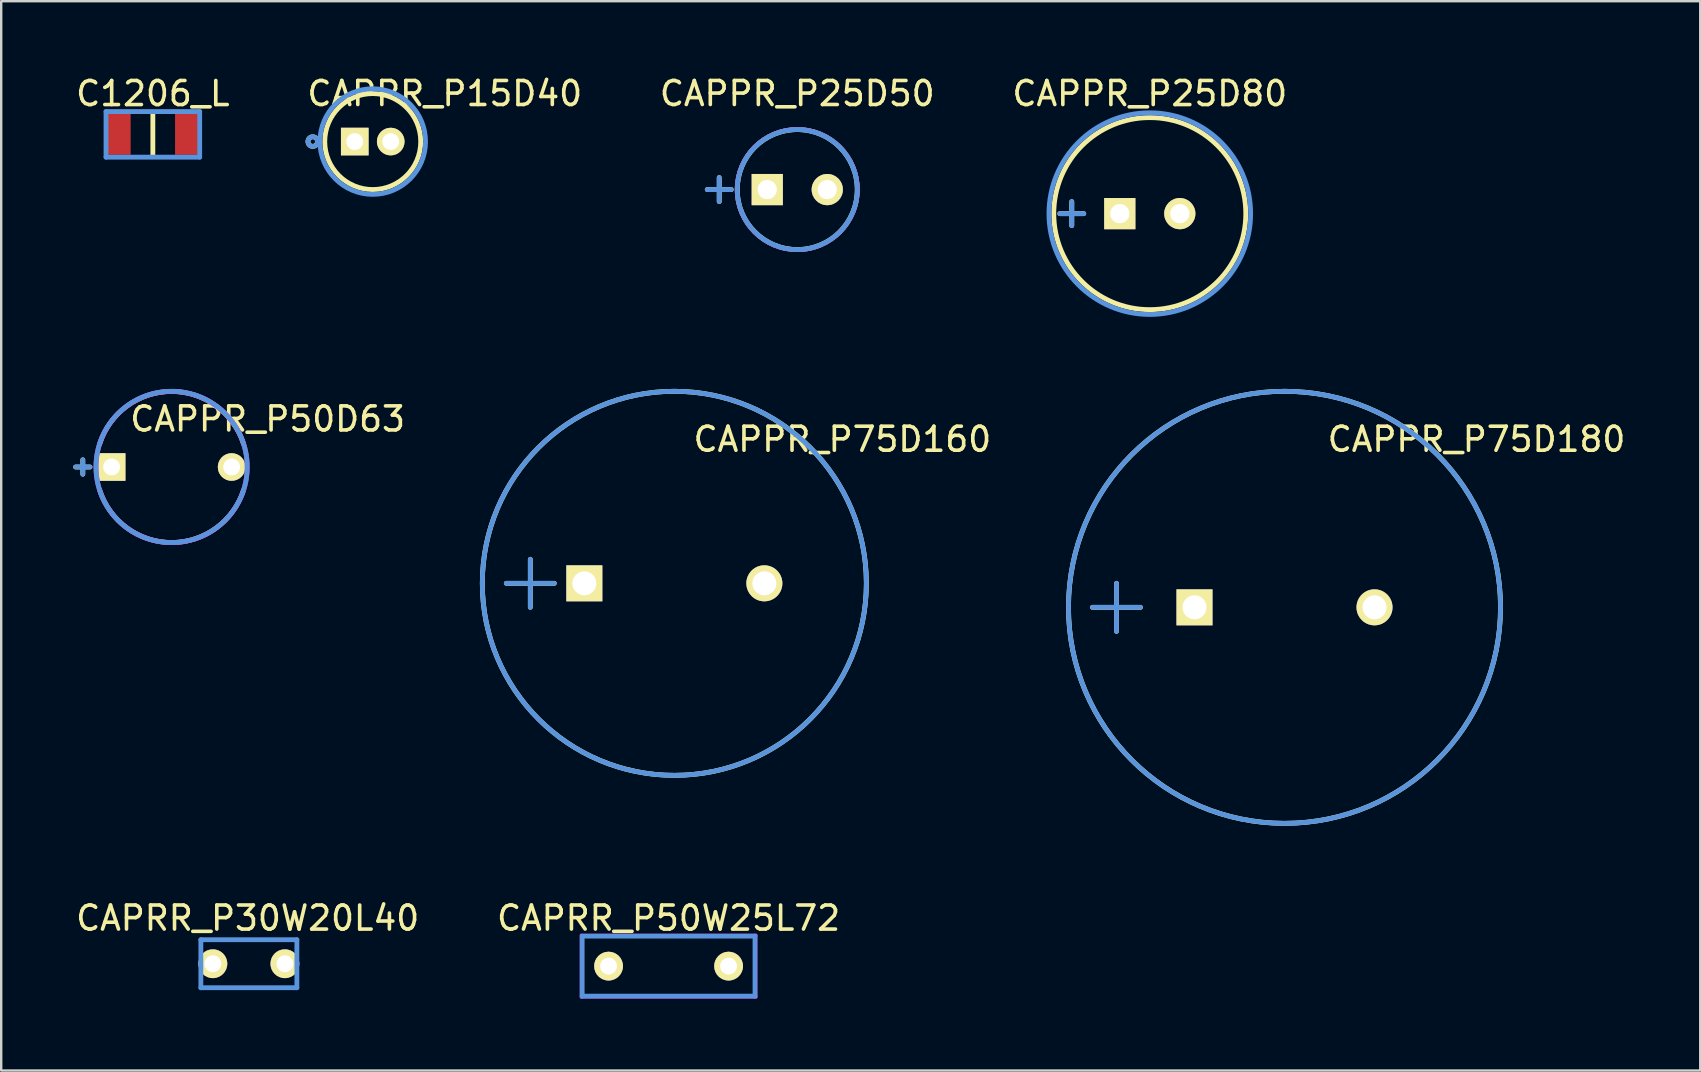
<source format=kicad_pcb>
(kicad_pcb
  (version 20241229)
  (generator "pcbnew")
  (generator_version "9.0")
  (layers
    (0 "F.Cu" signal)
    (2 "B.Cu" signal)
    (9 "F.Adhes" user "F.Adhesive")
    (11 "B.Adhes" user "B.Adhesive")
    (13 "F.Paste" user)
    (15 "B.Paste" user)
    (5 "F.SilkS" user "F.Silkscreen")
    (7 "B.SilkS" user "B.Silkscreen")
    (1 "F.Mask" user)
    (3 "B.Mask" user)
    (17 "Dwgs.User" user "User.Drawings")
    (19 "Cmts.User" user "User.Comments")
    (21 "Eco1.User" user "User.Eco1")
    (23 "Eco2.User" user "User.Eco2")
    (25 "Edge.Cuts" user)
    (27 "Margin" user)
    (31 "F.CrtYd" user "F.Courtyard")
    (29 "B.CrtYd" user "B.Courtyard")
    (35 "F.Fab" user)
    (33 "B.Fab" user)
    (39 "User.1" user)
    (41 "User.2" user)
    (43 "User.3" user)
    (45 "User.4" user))
  (footprint "CAPPR_P75D160"
    (layer "F.Cu")
    (at 25.044 21.252)
    (property "Reference" "CAPPR_P75D160" (at 7 -6 0) (layer "F.SilkS") (effects (font (size 1.001 1.001) (thickness 0.15))))
    (attr through_hole)
    (fp_line (start -7 0) (end -5 0) (stroke (width 0.2) (type solid)) (layer "F.SilkS"))
    (fp_line (start -6 -1) (end -6 1) (stroke (width 0.2) (type solid)) (layer "F.SilkS"))
    (fp_circle (center 0 0) (end 8 0) (stroke (width 0.201) (type solid)) (fill no) (layer "F.SilkS"))
    (fp_line (start -7 0) (end -5 0) (stroke (width 0.2) (type solid)) (layer "Cmts.User"))
    (fp_line (start -6 -1) (end -6 1) (stroke (width 0.2) (type solid)) (layer "Cmts.User"))
    (fp_circle (center 0 0) (end 8 0) (stroke (width 0.201) (type solid)) (fill no) (layer "Cmts.User"))
    (fp_circle (center 0 0) (end 8.05 0) (stroke (width 0.1) (type solid)) (fill no) (layer "Eco1.User"))
    (pad "1" thru_hole rect (at -3.75 0) (size 1.5 1.5) (drill 1) (layers "*.Cu" "*.Mask" "F.SilkS"))
    (pad "2" thru_hole circle (at 3.75 0) (size 1.5 1.5) (drill 1) (layers "*.Cu" "*.Mask" "F.SilkS")))
  (footprint "CAPPR_P15D40"
    (layer "F.Cu")
    (at 12.479 2.848)
    (property "Reference" "CAPPR_P15D40" (at 3 -2 0) (layer "F.SilkS") (effects (font (size 1.001 1.001) (thickness 0.15))))
    (attr through_hole)
    (fp_circle (center -2.499 0) (end -2.4 0) (stroke (width 0.201) (type solid)) (fill no) (layer "F.SilkS"))
    (fp_circle (center 0 0) (end 1.999 0) (stroke (width 0.201) (type solid)) (fill no) (layer "F.SilkS"))
    (fp_circle (center -2.499 0) (end -2.4 0) (stroke (width 0.201) (type solid)) (fill no) (layer "Cmts.User"))
    (fp_circle (center 0 0) (end 2.2 0) (stroke (width 0.201) (type solid)) (fill no) (layer "Cmts.User"))
    (pad "1" thru_hole rect (at -0.749 0) (size 1.151 1.151) (drill 0.701) (layers "*.Cu" "*.Mask" "F.SilkS"))
    (pad "2" thru_hole circle (at 0.749 0) (size 1.151 1.151) (drill 0.701) (layers "*.Cu" "*.Mask" "F.SilkS")))
  (footprint "CAPPR_P25D80"
    (layer "F.Cu")
    (at 44.852 5.85)
    (property "Reference" "CAPPR_P25D80" (at 0 -5.001 0) (layer "F.SilkS") (effects (font (size 1.001 1.001) (thickness 0.15))))
    (attr through_hole)
    (fp_line (start -3.749 0) (end -2.751 0) (stroke (width 0.201) (type solid)) (layer "F.SilkS"))
    (fp_line (start -3.251 -0.5) (end -3.251 0.5) (stroke (width 0.201) (type solid)) (layer "F.SilkS"))
    (fp_circle (center 0 0) (end 4 0) (stroke (width 0.201) (type solid)) (fill no) (layer "F.SilkS"))
    (fp_line (start -3.749 0) (end -2.751 0) (stroke (width 0.201) (type solid)) (layer "Cmts.User"))
    (fp_line (start -3.251 -0.5) (end -3.251 0.5) (stroke (width 0.201) (type solid)) (layer "Cmts.User"))
    (fp_circle (center 0 0) (end 4.201 0) (stroke (width 0.201) (type solid)) (fill no) (layer "Cmts.User"))
    (pad "1" thru_hole rect (at -1.25 0) (size 1.3 1.3) (drill 0.8) (layers "*.Cu" "*.Mask" "F.SilkS"))
    (pad "2" thru_hole circle (at 1.25 0) (size 1.3 1.3) (drill 0.8) (layers "*.Cu" "*.Mask" "F.SilkS")))
  (footprint "CAPPR_P25D50"
    (layer "F.Cu")
    (at 30.165 4.848)
    (property "Reference" "CAPPR_P25D50" (at 0 -4 0) (layer "F.SilkS") (effects (font (size 1.001 1.001) (thickness 0.15))))
    (attr through_hole)
    (fp_line (start -3.749 0) (end -2.751 0) (stroke (width 0.201) (type solid)) (layer "F.SilkS"))
    (fp_line (start -3.251 -0.5) (end -3.251 0.5) (stroke (width 0.201) (type solid)) (layer "F.SilkS"))
    (fp_circle (center 0 0) (end 2.5 0) (stroke (width 0.201) (type solid)) (fill no) (layer "F.SilkS"))
    (fp_line (start -3.749 0) (end -2.751 0) (stroke (width 0.201) (type solid)) (layer "Cmts.User"))
    (fp_line (start -3.251 -0.5) (end -3.251 0.5) (stroke (width 0.201) (type solid)) (layer "Cmts.User"))
    (fp_circle (center 0 0) (end 2.5 0) (stroke (width 0.201) (type solid)) (fill no) (layer "Cmts.User"))
    (fp_circle (center 0 0) (end 2.55 0) (stroke (width 0.1) (type solid)) (fill no) (layer "F.CrtYd"))
    (pad "1" thru_hole rect (at -1.25 0) (size 1.3 1.3) (drill 0.8) (layers "*.Cu" "*.Mask" "F.SilkS"))
    (pad "2" thru_hole circle (at 1.25 0) (size 1.3 1.3) (drill 0.8) (layers "*.Cu" "*.Mask" "F.SilkS")))
  (footprint "CAPPR_P50D63"
    (layer "F.Cu")
    (at 4.1 16.406)
    (property "Reference" "CAPPR_P50D63" (at 4 -2 0) (layer "F.SilkS") (effects (font (size 1.001 1.001) (thickness 0.15))))
    (attr through_hole)
    (fp_line (start -4 0) (end -3.4 0) (stroke (width 0.2) (type solid)) (layer "F.SilkS"))
    (fp_line (start -3.7 -0.3) (end -3.7 0.3) (stroke (width 0.2) (type solid)) (layer "F.SilkS"))
    (fp_arc (start -3 -0.95) (mid -0.001578 -3.146823) (end 2.999045 -0.953009) (stroke (width 0.2) (type solid)) (layer "F.SilkS"))
    (fp_arc (start 3 0.95) (mid 0 3.146824) (end -3 0.95) (stroke (width 0.2) (type solid)) (layer "F.SilkS"))
    (fp_line (start -4 0) (end -3.4 0) (stroke (width 0.2) (type solid)) (layer "Cmts.User"))
    (fp_line (start -3.7 -0.3) (end -3.7 0.3) (stroke (width 0.2) (type solid)) (layer "Cmts.User"))
    (fp_circle (center -0.001 -0.004) (end 3.149 -0.004) (stroke (width 0.201) (type solid)) (fill no) (layer "Cmts.User"))
    (fp_circle (center 0 0) (end 3.15 0) (stroke (width 0.201) (type solid)) (fill no) (layer "F.CrtYd"))
    (pad "1" thru_hole rect (at -2.5 0) (size 1.151 1.151) (drill 0.701) (layers "*.Cu" "*.Mask" "F.SilkS"))
    (pad "2" thru_hole circle (at 2.5 0) (size 1.151 1.151) (drill 0.701) (layers "*.Cu" "*.Mask" "F.SilkS")))
  (footprint "CAPPR_P75D180"
    (layer "F.Cu")
    (at 50.464 22.252)
    (property "Reference" "CAPPR_P75D180" (at 8 -7 0) (layer "F.SilkS") (effects (font (size 1.001 1.001) (thickness 0.15))))
    (attr through_hole)
    (fp_line (start -8 0) (end -6 0) (stroke (width 0.2) (type solid)) (layer "F.SilkS"))
    (fp_line (start -7 -1) (end -7 1) (stroke (width 0.2) (type solid)) (layer "F.SilkS"))
    (fp_circle (center 0 0) (end 9 0) (stroke (width 0.201) (type solid)) (fill no) (layer "F.SilkS"))
    (fp_line (start -8 0) (end -6 0) (stroke (width 0.2) (type solid)) (layer "Cmts.User"))
    (fp_line (start -7 -1) (end -7 1) (stroke (width 0.2) (type solid)) (layer "Cmts.User"))
    (fp_circle (center 0 0) (end 9 0) (stroke (width 0.201) (type solid)) (fill no) (layer "Cmts.User"))
    (fp_circle (center 0 0) (end 9.05 0) (stroke (width 0.1) (type solid)) (fill no) (layer "Eco1.User"))
    (pad "1" thru_hole rect (at -3.75 0) (size 1.5 1.5) (drill 1) (layers "*.Cu" "*.Mask" "F.SilkS"))
    (pad "2" thru_hole circle (at 3.75 0) (size 1.5 1.5) (drill 1) (layers "*.Cu" "*.Mask" "F.SilkS")))
  (footprint "CAPRR_P30W20L40"
    (layer "F.Cu")
    (at 7.318 37.1)
    (property "Reference" "CAPRR_P30W20L40" (at -0.05 -1.9 0) (layer "F.SilkS") (effects (font (size 1 1) (thickness 0.15))))
    (attr through_hole)
    (fp_line (start -2 1) (end 2 1) (stroke (width 0.15) (type solid)) (layer "F.SilkS"))
    (fp_line (start 2 -1) (end -2 -1) (stroke (width 0.15) (type solid)) (layer "F.SilkS"))
    (fp_line (start -2 -1) (end -2 1) (stroke (width 0.2) (type solid)) (layer "Cmts.User"))
    (fp_line (start -2 -1) (end 2 -1) (stroke (width 0.2) (type solid)) (layer "Cmts.User"))
    (fp_line (start 2 -1) (end 2 1) (stroke (width 0.2) (type solid)) (layer "Cmts.User"))
    (fp_line (start 2 1) (end -2 1) (stroke (width 0.2) (type solid)) (layer "Cmts.User"))
    (fp_line (start -2.3 -1.05) (end -2.3 1.05) (stroke (width 0.1) (type solid)) (layer "Eco1.User"))
    (fp_line (start -2.3 1.05) (end 2.3 1.05) (stroke (width 0.1) (type solid)) (layer "Eco1.User"))
    (fp_line (start 2.3 -1.05) (end -2.3 -1.05) (stroke (width 0.1) (type solid)) (layer "Eco1.User"))
    (fp_line (start 2.3 1.05) (end 2.3 -1.05) (stroke (width 0.1) (type solid)) (layer "Eco1.User"))
    (pad "1" thru_hole circle (at -1.5 0) (size 1.2 1.2) (drill 0.7) (layers "*.Cu" "*.Mask" "F.SilkS"))
    (pad "2" thru_hole circle (at 1.5 0) (size 1.2 1.2) (drill 0.7) (layers "*.Cu" "*.Mask" "F.SilkS")))
  (footprint "C1206_L"
    (layer "F.Cu")
    (at 3.318 2.548)
    (property "Reference" "C1206_L" (at 0 -1.699 0) (layer "F.SilkS") (effects (font (size 1.001 1.001) (thickness 0.15))))
    (attr through_hole)
    (fp_line (start 0 -0.899) (end 0 0.899) (stroke (width 0.201) (type solid)) (layer "F.SilkS"))
    (fp_line (start -1.951 -0.95) (end 1.951 -0.95) (stroke (width 0.201) (type solid)) (layer "Cmts.User"))
    (fp_line (start -1.951 0.95) (end -1.951 -0.95) (stroke (width 0.201) (type solid)) (layer "Cmts.User"))
    (fp_line (start 1.951 -0.95) (end 1.951 0.95) (stroke (width 0.201) (type solid)) (layer "Cmts.User"))
    (fp_line (start 1.951 0.95) (end -1.951 0.95) (stroke (width 0.201) (type solid)) (layer "Cmts.User"))
    (pad "1" smd rect (at -1.4 0) (size 0.95 1.699) (layers "F.Cu" "F.Mask" "F.Paste"))
    (pad "2" smd rect (at 1.4 0) (size 0.95 1.699) (layers "F.Cu" "F.Mask" "F.Paste")))
  (footprint "CAPRR_P50W25L72"
    (layer "F.Cu")
    (at 24.804 37.2)
    (property "Reference" "CAPRR_P50W25L72" (at 0 -2 0) (layer "F.SilkS") (effects (font (size 1 1) (thickness 0.15))))
    (attr through_hole)
    (fp_line (start -3.6 -1.25) (end -3.6 1.25) (stroke (width 0.15) (type solid)) (layer "F.SilkS"))
    (fp_line (start -3.6 1.25) (end 3.6 1.25) (stroke (width 0.15) (type solid)) (layer "F.SilkS"))
    (fp_line (start 3.6 -1.25) (end -3.6 -1.25) (stroke (width 0.15) (type solid)) (layer "F.SilkS"))
    (fp_line (start 3.6 1.25) (end 3.6 -1.25) (stroke (width 0.15) (type solid)) (layer "F.SilkS"))
    (fp_line (start -3.6 -1.25) (end -3.6 1.25) (stroke (width 0.2) (type solid)) (layer "Cmts.User"))
    (fp_line (start -3.55 -1.25) (end 3.6 -1.25) (stroke (width 0.2) (type solid)) (layer "Cmts.User"))
    (fp_line (start 3.6 -1.25) (end 3.6 1.25) (stroke (width 0.2) (type solid)) (layer "Cmts.User"))
    (fp_line (start 3.6 1.25) (end -3.6 1.25) (stroke (width 0.2) (type solid)) (layer "Cmts.User"))
    (fp_line (start -3.65 -1.3) (end -3.65 1.3) (stroke (width 0.1) (type solid)) (layer "F.CrtYd"))
    (fp_line (start -3.65 1.3) (end 3.65 1.3) (stroke (width 0.1) (type solid)) (layer "F.CrtYd"))
    (fp_line (start 3.65 -1.3) (end -3.65 -1.3) (stroke (width 0.1) (type solid)) (layer "F.CrtYd"))
    (fp_line (start 3.65 1.3) (end 3.65 -1.3) (stroke (width 0.1) (type solid)) (layer "F.CrtYd"))
    (pad "1" thru_hole circle (at -2.5 0) (size 1.2 1.2) (drill 0.7) (layers "*.Cu" "*.Mask" "F.SilkS"))
    (pad "2" thru_hole circle (at 2.5 0) (size 1.2 1.2) (drill 0.7) (layers "*.Cu" "*.Mask" "F.SilkS")))
  (gr_rect
    (start -3 -3)
    (end 67.784 41.55)
    (stroke (width 0.1) (type default))
    (fill no)
    (layer "Edge.Cuts")))
</source>
